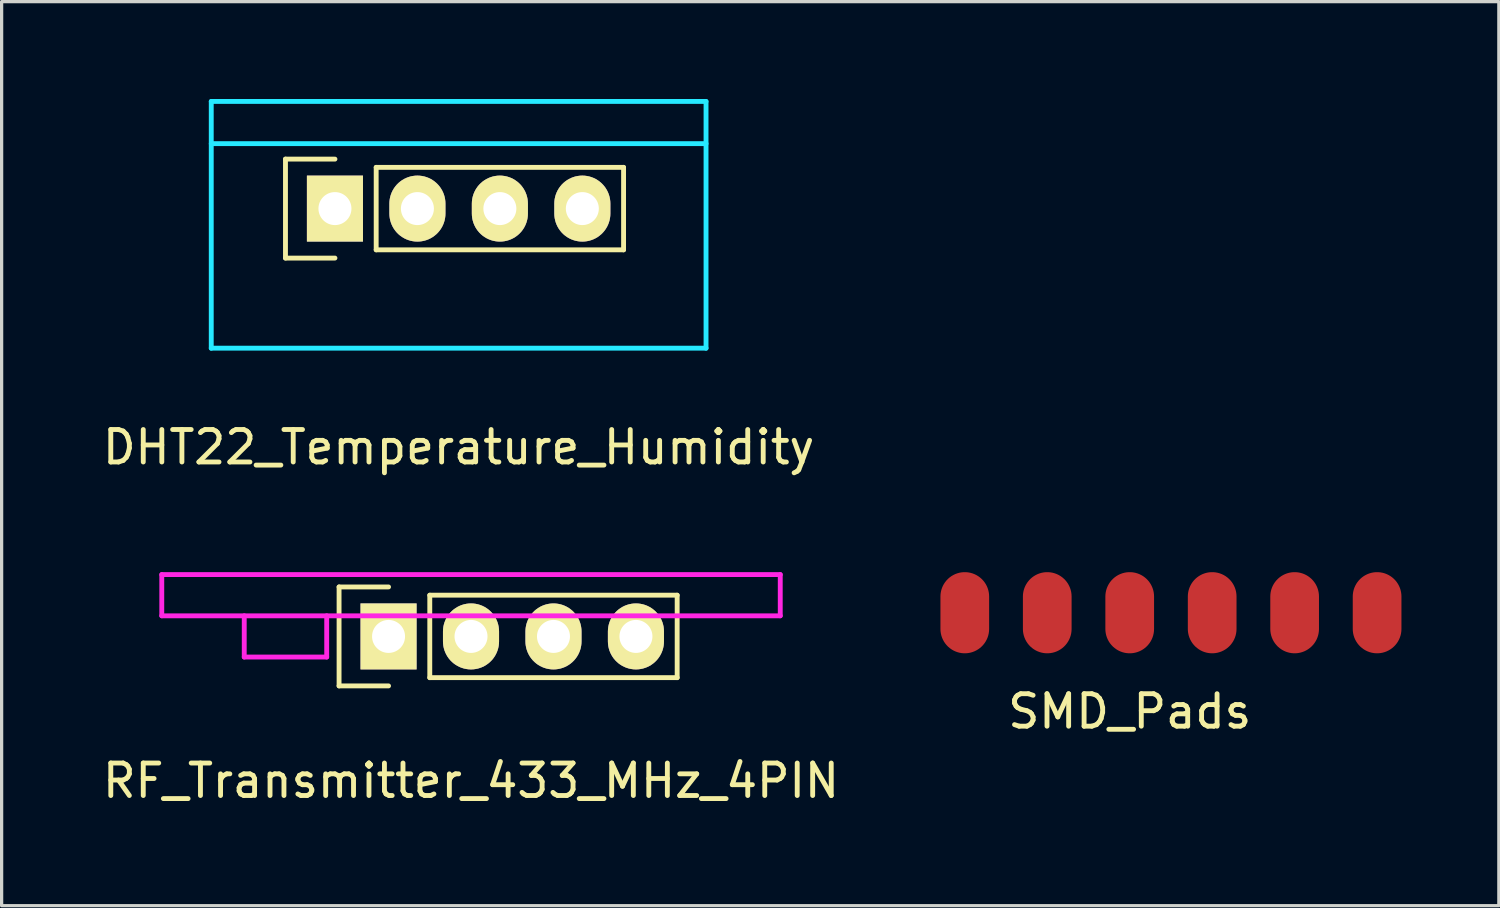
<source format=kicad_pcb>
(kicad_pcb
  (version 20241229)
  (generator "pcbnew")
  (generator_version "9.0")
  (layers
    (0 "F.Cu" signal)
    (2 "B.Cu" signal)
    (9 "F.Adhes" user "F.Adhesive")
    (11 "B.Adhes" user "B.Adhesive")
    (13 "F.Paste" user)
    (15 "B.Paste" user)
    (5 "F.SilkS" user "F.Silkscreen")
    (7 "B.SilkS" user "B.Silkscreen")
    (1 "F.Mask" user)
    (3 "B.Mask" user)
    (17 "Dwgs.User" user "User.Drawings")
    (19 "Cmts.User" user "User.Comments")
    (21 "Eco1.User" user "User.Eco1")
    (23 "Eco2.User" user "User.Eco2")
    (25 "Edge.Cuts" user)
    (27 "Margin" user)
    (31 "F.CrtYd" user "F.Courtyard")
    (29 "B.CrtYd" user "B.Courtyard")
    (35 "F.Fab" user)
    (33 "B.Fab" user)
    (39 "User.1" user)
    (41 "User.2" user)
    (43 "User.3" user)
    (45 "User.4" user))
  (footprint "SMD_Pads"
    (layer "F.Cu")
    (at 31.747 18.363)
    (property "Reference" "SMD_Pads" (at 0 0.5 0) (layer "F.SilkS") (effects (font (size 1 1) (thickness 0.15))))
    (attr through_hole)
    (pad "1" smd oval (at -5.08 -2.54) (size 1.5 2.5) (layers "F.Cu" "F.Mask" "F.Paste"))
    (pad "2" smd oval (at -2.54 -2.54) (size 1.5 2.5) (layers "F.Cu" "F.Mask" "F.Paste"))
    (pad "3" smd oval (at 0 -2.54) (size 1.5 2.5) (layers "F.Cu" "F.Mask" "F.Paste"))
    (pad "4" smd oval (at 2.54 -2.54) (size 1.5 2.5) (layers "F.Cu" "F.Mask" "F.Paste"))
    (pad "5" smd oval (at 5.08 -2.54) (size 1.5 2.5) (layers "F.Cu" "F.Mask" "F.Paste"))
    (pad "6" smd oval (at 7.62 -2.54) (size 1.5 2.5) (layers "F.Cu" "F.Mask" "F.Paste")))
  (footprint "RF_Transmitter_433_MHz_4PIN"
    (layer "F.Cu")
    (at 11.458 16.553)
    (property "Reference" "RF_Transmitter_433_MHz_4PIN" (at 0 4.445 0) (layer "F.SilkS") (effects (font (size 1 1) (thickness 0.15))))
    (attr through_hole)
    (fp_line (start -4.064 -1.524) (end -4.064 1.524) (stroke (width 0.15) (type solid)) (layer "F.SilkS"))
    (fp_line (start -4.064 1.524) (end -2.54 1.524) (stroke (width 0.15) (type solid)) (layer "F.SilkS"))
    (fp_line (start -2.54 -1.524) (end -4.064 -1.524) (stroke (width 0.15) (type solid)) (layer "F.SilkS"))
    (fp_line (start -1.27 -1.27) (end 6.35 -1.27) (stroke (width 0.15) (type solid)) (layer "F.SilkS"))
    (fp_line (start -1.27 1.27) (end -1.27 -1.27) (stroke (width 0.15) (type solid)) (layer "F.SilkS"))
    (fp_line (start 6.35 -1.27) (end 6.35 1.27) (stroke (width 0.15) (type solid)) (layer "F.SilkS"))
    (fp_line (start 6.35 1.27) (end -1.27 1.27) (stroke (width 0.15) (type solid)) (layer "F.SilkS"))
    (fp_line (start -9.525 -1.905) (end 9.525 -1.905) (stroke (width 0.15) (type solid)) (layer "F.CrtYd"))
    (fp_line (start -9.525 -0.635) (end -9.525 -1.905) (stroke (width 0.15) (type solid)) (layer "F.CrtYd"))
    (fp_line (start -6.985 -0.635) (end -6.985 0.635) (stroke (width 0.15) (type solid)) (layer "F.CrtYd"))
    (fp_line (start -6.985 0.635) (end -4.445 0.635) (stroke (width 0.15) (type solid)) (layer "F.CrtYd"))
    (fp_line (start -4.445 0.635) (end -4.445 -0.635) (stroke (width 0.15) (type solid)) (layer "F.CrtYd"))
    (fp_line (start 9.525 -1.905) (end 9.525 -0.635) (stroke (width 0.15) (type solid)) (layer "F.CrtYd"))
    (fp_line (start 9.525 -0.635) (end -9.525 -0.635) (stroke (width 0.15) (type solid)) (layer "F.CrtYd"))
    (pad "" thru_hole rect (at -2.54 0 90) (size 2.032 1.727) (drill 1.016) (layers "*.Cu" "*.Mask" "F.SilkS"))
    (pad "1" thru_hole oval (at 0 0 90) (size 2.032 1.727) (drill 1.016) (layers "*.Cu" "*.Mask" "F.SilkS"))
    (pad "2" thru_hole oval (at 2.54 0 90) (size 2.032 1.727) (drill 1.016) (layers "*.Cu" "*.Mask" "F.SilkS"))
    (pad "3" thru_hole oval (at 5.08 0 90) (size 2.032 1.727) (drill 1.016) (layers "*.Cu" "*.Mask" "F.SilkS")))
  (footprint "DHT22_Temperature_Humidity"
    (layer "F.Cu")
    (at 11.077 3.375)
    (property "Reference" "DHT22_Temperature_Humidity" (at 0 7.35 0) (layer "F.SilkS") (effects (font (size 1 1) (thickness 0.15))))
    (attr through_hole)
    (fp_line (start -5.334 -1.524) (end -5.334 1.524) (stroke (width 0.15) (type solid)) (layer "F.SilkS"))
    (fp_line (start -5.334 1.524) (end -3.81 1.524) (stroke (width 0.15) (type solid)) (layer "F.SilkS"))
    (fp_line (start -3.81 -1.524) (end -5.334 -1.524) (stroke (width 0.15) (type solid)) (layer "F.SilkS"))
    (fp_line (start -2.54 -1.27) (end 5.08 -1.27) (stroke (width 0.15) (type solid)) (layer "F.SilkS"))
    (fp_line (start -2.54 1.27) (end -2.54 -1.27) (stroke (width 0.15) (type solid)) (layer "F.SilkS"))
    (fp_line (start 5.08 -1.27) (end 5.08 1.27) (stroke (width 0.15) (type solid)) (layer "F.SilkS"))
    (fp_line (start 5.08 1.27) (end -2.54 1.27) (stroke (width 0.15) (type solid)) (layer "F.SilkS"))
    (fp_line (start -7.62 -3.3) (end -7.62 4.3) (stroke (width 0.15) (type solid)) (layer "B.CrtYd"))
    (fp_line (start -7.62 -3.3) (end 7.62 -3.3) (stroke (width 0.15) (type solid)) (layer "B.CrtYd"))
    (fp_line (start -7.62 -2) (end 7.62 -2) (stroke (width 0.15) (type solid)) (layer "B.CrtYd"))
    (fp_line (start -7.62 4.3) (end 7.62 4.3) (stroke (width 0.15) (type solid)) (layer "B.CrtYd"))
    (fp_line (start 7.62 -3.3) (end 7.62 4.3) (stroke (width 0.15) (type solid)) (layer "B.CrtYd"))
    (pad "1" thru_hole rect (at -3.81 0 90) (size 2.032 1.727) (drill 1.016) (layers "*.Cu" "*.Mask" "F.SilkS"))
    (pad "2" thru_hole oval (at -1.27 0 90) (size 2.032 1.727) (drill 1.016) (layers "*.Cu" "*.Mask" "F.SilkS"))
    (pad "3" thru_hole oval (at 1.27 0 90) (size 2.032 1.727) (drill 1.016) (layers "*.Cu" "*.Mask" "F.SilkS"))
    (pad "4" thru_hole oval (at 3.81 0 90) (size 2.032 1.727) (drill 1.016) (layers "*.Cu" "*.Mask" "F.SilkS")))
  (gr_rect
    (start -3 -3)
    (end 43.117 24.846)
    (stroke (width 0.1) (type default))
    (fill no)
    (layer "Edge.Cuts")))
</source>
